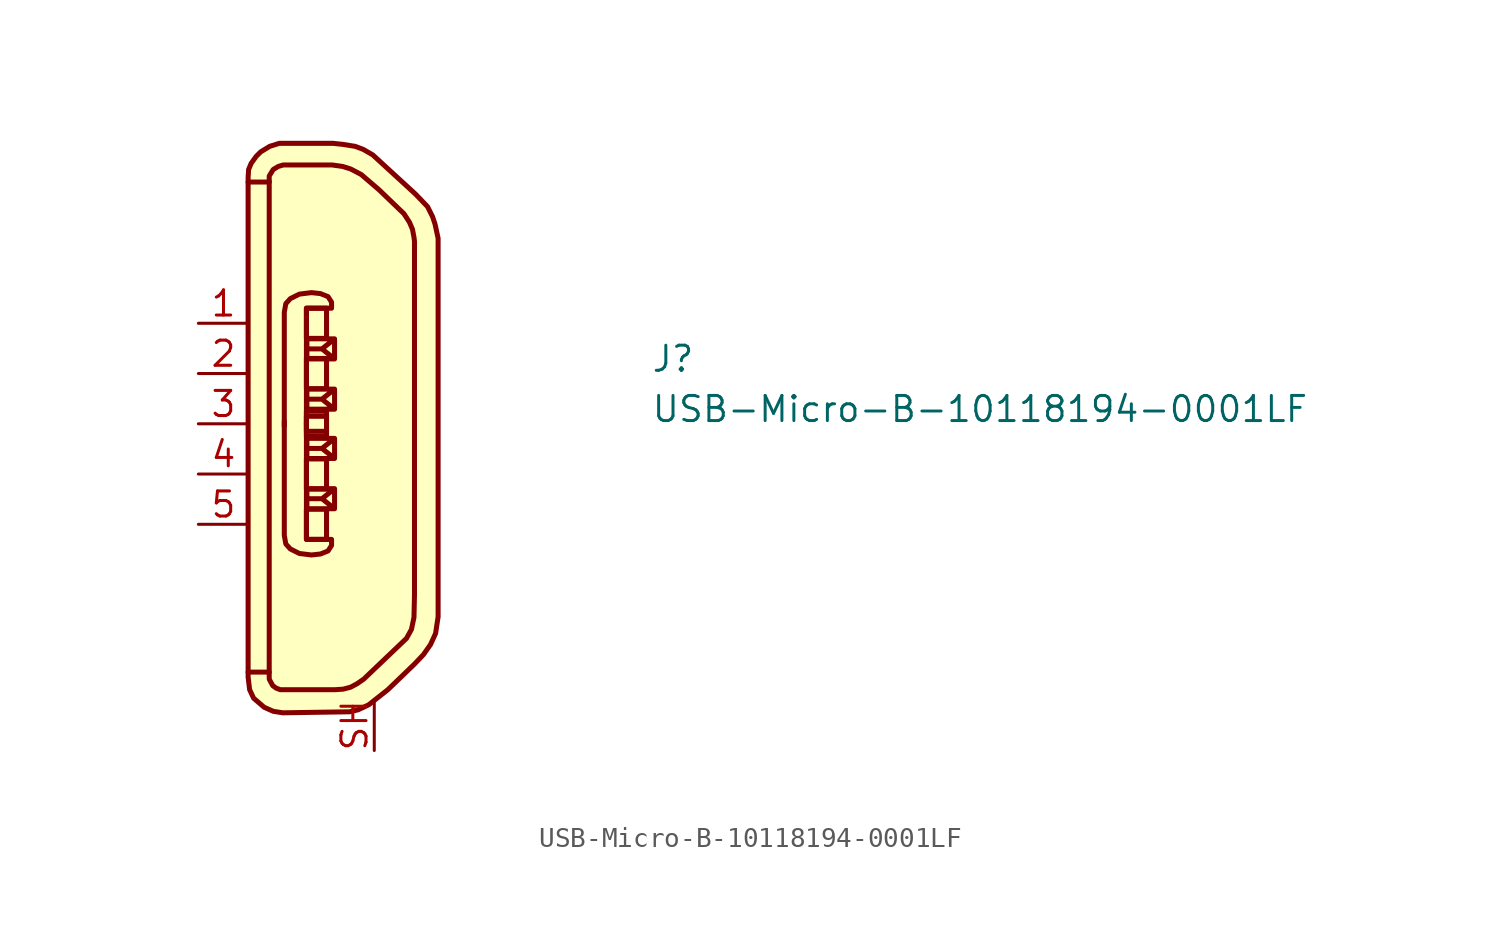
<source format=kicad_sym>
(kicad_symbol_lib
  (version 20211014)
  (generator kicad_symbol_editor)
  (symbol "USB-Micro-B-10118194-0001LF"
    (property "Reference" "J"
      (at 22.86 -2.54 0)
      (effects (font (size 1.27 1.27) (thickness 0.15)) (justify left bottom)))
    (property "Value" "USB-Micro-B-10118194-0001LF"
      (at 22.86 -5.08 0)
      (effects (font (size 1.27 1.27) (thickness 0.15)) (justify left bottom)))
    (symbol "USB-Micro-B-10118194-0001LF_1_1"
      (polyline (pts (xy 3.581 7.163) (xy 3.581 -17.628)) (stroke (width 0.254) (type default) (color 0 0 0 0)) (fill (type background)))
      (polyline (pts (xy 6.883 -9.373) (xy 6.883 -8.357) (xy 5.486 -8.357) (xy 5.486 -9.373) (xy 6.883 -9.373) (xy 6.248 -8.865) (xy 6.883 -8.357) (xy 5.486 -8.357) (xy 5.486 -8.865) (xy 6.248 -8.865)) (stroke (width 0.254) (type default) (color 0 0 0 0)) (fill (type background)))
      (polyline (pts (xy 6.883 -6.833) (xy 6.883 -5.817) (xy 5.486 -5.817) (xy 5.486 -6.833) (xy 6.883 -6.833) (xy 6.248 -6.325) (xy 6.883 -5.817) (xy 5.486 -5.817) (xy 5.486 -6.325) (xy 6.248 -6.325)) (stroke (width 0.254) (type default) (color 0 0 0 0)) (fill (type background)))
      (polyline (pts (xy 6.883 -3.327) (xy 6.883 -4.343) (xy 5.486 -4.343) (xy 5.486 -3.327) (xy 6.883 -3.327) (xy 6.248 -3.835) (xy 6.883 -4.343) (xy 5.486 -4.343) (xy 5.486 -3.835) (xy 6.248 -3.835)) (stroke (width 0.254) (type default) (color 0 0 0 0)) (fill (type background)))
      (polyline (pts (xy 6.883 -0.787) (xy 6.883 -1.803) (xy 5.486 -1.803) (xy 5.486 -0.787) (xy 6.883 -0.787) (xy 6.248 -1.295) (xy 6.883 -1.803) (xy 5.486 -1.803) (xy 5.486 -1.295) (xy 6.248 -1.295)) (stroke (width 0.254) (type default) (color 0 0 0 0)) (fill (type background)))
      (polyline (pts (xy 5.461 -5.105) (xy 5.461 0.762) (xy 6.731 0.762) (xy 6.731 1.067) (xy 6.553 1.346) (xy 6.172 1.499) (xy 5.715 1.549) (xy 5.105 1.473) (xy 4.648 1.245) (xy 4.42 0.991) (xy 4.343 0.559) (xy 4.343 -0.279) (xy 4.343 -5.207)) (stroke (width 0.254) (type default) (color 0 0 0 0)) (fill (type background)))
      (polyline (pts (xy 5.461 -5.055) (xy 5.461 -10.922) (xy 6.731 -10.922) (xy 6.731 -11.227) (xy 6.553 -11.506) (xy 6.172 -11.659) (xy 5.715 -11.709) (xy 5.105 -11.633) (xy 4.648 -11.405) (xy 4.42 -11.151) (xy 4.343 -10.719) (xy 4.343 -9.881) (xy 4.343 -4.953)) (stroke (width 0.254) (type default) (color 0 0 0 0)) (fill (type background)))
      (polyline (pts (xy 2.515 -17.628) (xy 3.531 -17.628) (xy 3.581 -17.628) (xy 3.581 -17.983) (xy 3.759 -18.313) (xy 3.937 -18.44) (xy 4.14 -18.517) (xy 6.909 -18.517) (xy 7.315 -18.491) (xy 7.696 -18.39) (xy 8.026 -18.212) (xy 8.357 -17.983) (xy 10.516 -15.926) (xy 10.77 -15.469) (xy 10.897 -14.859) (xy 10.922 -13.716) (xy 10.922 4.14) (xy 10.897 4.343) (xy 10.82 4.75) (xy 10.668 5.105) (xy 10.389 5.537) (xy 9.119 6.756) (xy 8.23 7.518) (xy 7.696 7.798) (xy 7.29 7.925) (xy 6.756 8.001) (xy 4.293 8.001) (xy 4.039 7.925) (xy 3.785 7.772) (xy 3.581 7.442) (xy 3.581 7.137) (xy 2.515 7.137)) (stroke (width 0.254) (type default) (color 0 0 0 0)) (fill (type background)))
      (polyline (pts (xy 2.515 -16.561) (xy 2.515 -17.882) (xy 2.591 -18.517) (xy 2.794 -18.948) (xy 3.327 -19.406) (xy 3.785 -19.609) (xy 4.267 -19.685) (xy 7.645 -19.634) (xy 8.077 -19.533) (xy 8.611 -19.279) (xy 9.576 -18.517) (xy 10.922 -17.221) (xy 11.379 -16.739) (xy 11.735 -16.231) (xy 11.989 -15.672) (xy 12.116 -14.834) (xy 12.116 4.293) (xy 11.963 5.004) (xy 11.836 5.385) (xy 11.582 5.893) (xy 10.973 6.528) (xy 8.814 8.509) (xy 8.331 8.788) (xy 7.925 8.941) (xy 7.29 9.042) (xy 6.807 9.093) (xy 4.089 9.093) (xy 3.607 8.941) (xy 3.15 8.661) (xy 2.921 8.433) (xy 2.667 8.077) (xy 2.54 7.772) (xy 2.515 7.366) (xy 2.515 -16.586)) (stroke (width 0.254) (type default) (color 0 0 0 0)) (fill (type background)))
      (rectangle (start 5.461 -10.922) (end 6.477 -9.398) (stroke (width 0.254) (type default) (color 0 0 0 0)) (fill (type background)))
      (rectangle (start 5.461 -6.858) (end 6.477 -8.382) (stroke (width 0.254) (type default) (color 0 0 0 0)) (fill (type background)))
      (rectangle (start 5.461 -5.461) (end 6.477 -4.445) (stroke (width 0.254) (type default) (color 0 0 0 0)) (fill (type background)))
      (rectangle (start 5.461 -4.699) (end 6.477 -5.715) (stroke (width 0.254) (type default) (color 0 0 0 0)) (fill (type background)))
      (rectangle (start 5.461 -3.302) (end 6.477 -1.778) (stroke (width 0.254) (type default) (color 0 0 0 0)) (fill (type background)))
      (rectangle (start 5.461 0.762) (end 6.477 -0.762) (stroke (width 0.254) (type default) (color 0 0 0 0)) (fill (type background)))
      (pin passive line (at 0 0 0) (length 2.54) (name "~" (effects (font (size 1.27 1.27)))) (number "1" (effects (font (size 1.27 1.27)))))
      (pin passive line (at 0 -2.54 0) (length 2.54) (name "~" (effects (font (size 1.27 1.27)))) (number "2" (effects (font (size 1.27 1.27)))))
      (pin passive line (at 0 -5.08 0) (length 2.54) (name "~" (effects (font (size 1.27 1.27)))) (number "3" (effects (font (size 1.27 1.27)))))
      (pin passive line (at 0 -7.62 0) (length 2.54) (name "~" (effects (font (size 1.27 1.27)))) (number "4" (effects (font (size 1.27 1.27)))))
      (pin passive line (at 0 -10.16 0) (length 2.54) (name "~" (effects (font (size 1.27 1.27)))) (number "5" (effects (font (size 1.27 1.27)))))
      (pin passive line (at 8.89 -21.59 90) (length 2.54) (name "~" (effects (font (size 1.27 1.27)))) (number "SH" (effects (font (size 1.27 1.27))))))))
</source>
